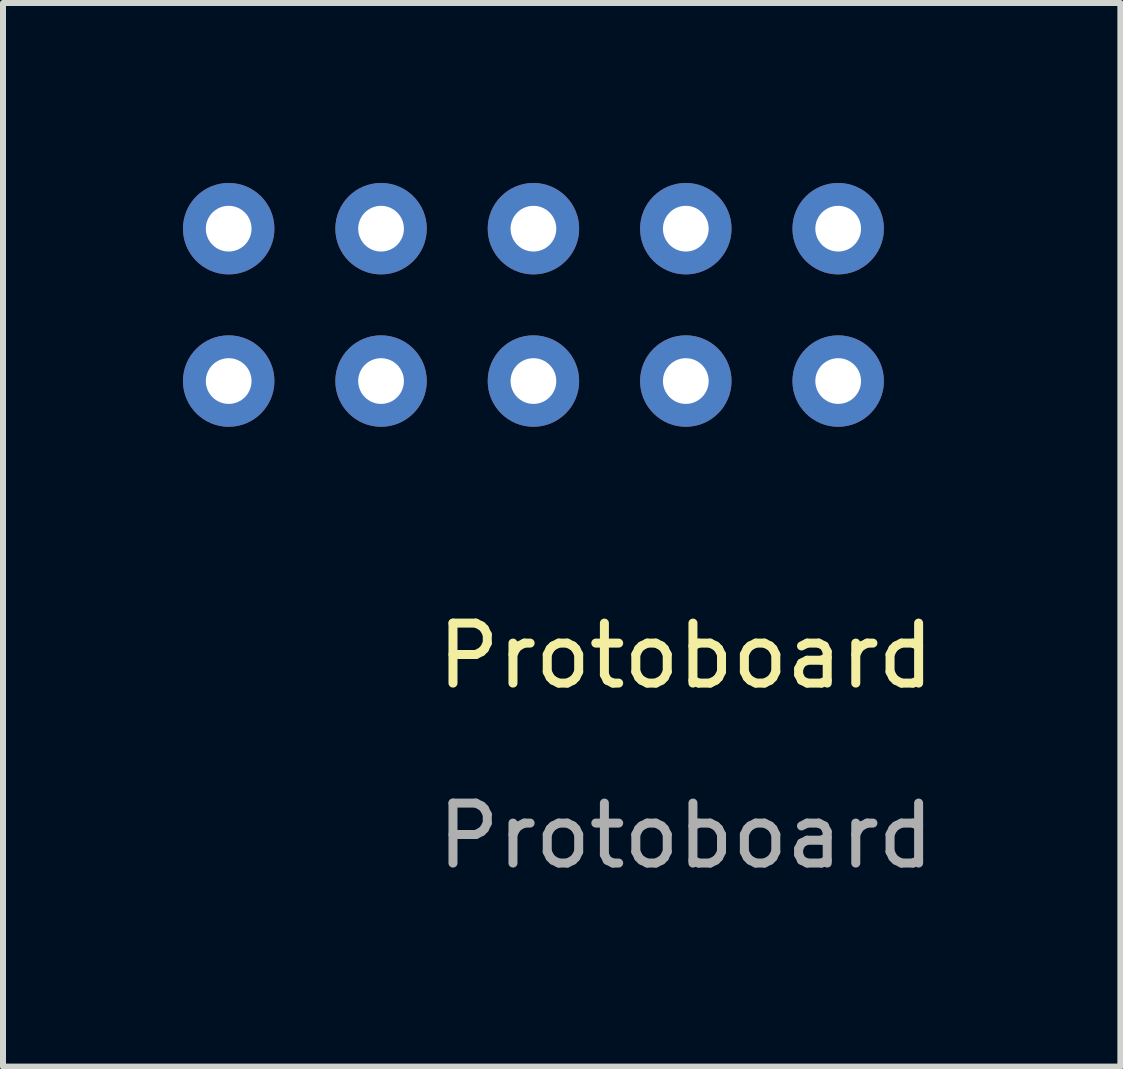
<source format=kicad_pcb>
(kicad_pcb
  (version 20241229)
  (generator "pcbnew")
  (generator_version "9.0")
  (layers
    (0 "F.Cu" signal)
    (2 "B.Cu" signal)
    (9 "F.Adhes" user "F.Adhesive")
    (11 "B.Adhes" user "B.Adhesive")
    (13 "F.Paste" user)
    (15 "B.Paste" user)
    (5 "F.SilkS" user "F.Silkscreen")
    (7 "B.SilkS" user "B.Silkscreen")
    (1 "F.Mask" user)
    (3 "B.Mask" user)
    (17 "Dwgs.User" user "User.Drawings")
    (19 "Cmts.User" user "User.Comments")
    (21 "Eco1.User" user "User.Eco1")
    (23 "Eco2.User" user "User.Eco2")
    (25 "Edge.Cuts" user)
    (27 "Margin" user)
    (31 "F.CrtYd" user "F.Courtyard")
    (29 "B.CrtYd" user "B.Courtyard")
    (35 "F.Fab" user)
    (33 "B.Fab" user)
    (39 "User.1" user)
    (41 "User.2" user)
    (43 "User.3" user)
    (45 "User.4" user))
  (footprint "Protoboard"
    (layer "F.Cu")
    (at 8.382 8.382)
    (property "Reference" "Protoboard" (at 0 -0.5 0) (unlocked yes) (layer "F.SilkS") (effects (font (size 1 1) (thickness 0.15))))
    (attr through_hole)
    (fp_text user "${REFERENCE}" (at 0 2.5 0) (unlocked yes) (layer "F.Fab") (effects (font (size 1 1) (thickness 0.15))))
    (pad "1" thru_hole circle (at -7.62 -7.62) (size 1.524 1.524) (drill 0.762) (layers "*.Cu" "*.Mask"))
    (pad "2" thru_hole circle (at -5.08 -7.62) (size 1.524 1.524) (drill 0.762) (layers "*.Cu" "*.Mask"))
    (pad "3" thru_hole circle (at -2.54 -7.62) (size 1.524 1.524) (drill 0.762) (layers "*.Cu" "*.Mask"))
    (pad "4" thru_hole circle (at 0 -7.62) (size 1.524 1.524) (drill 0.762) (layers "*.Cu" "*.Mask"))
    (pad "5" thru_hole circle (at 2.54 -7.62) (size 1.524 1.524) (drill 0.762) (layers "*.Cu" "*.Mask"))
    (pad "6" thru_hole circle (at -7.62 -5.08) (size 1.524 1.524) (drill 0.762) (layers "*.Cu" "*.Mask"))
    (pad "7" thru_hole circle (at -5.08 -5.08) (size 1.524 1.524) (drill 0.762) (layers "*.Cu" "*.Mask"))
    (pad "8" thru_hole circle (at -2.54 -5.08) (size 1.524 1.524) (drill 0.762) (layers "*.Cu" "*.Mask"))
    (pad "9" thru_hole circle (at 0 -5.08) (size 1.524 1.524) (drill 0.762) (layers "*.Cu" "*.Mask"))
    (pad "10" thru_hole circle (at 2.54 -5.08) (size 1.524 1.524) (drill 0.762) (layers "*.Cu" "*.Mask")))
  (gr_rect
    (start -3 -3)
    (end 15.626 14.73)
    (stroke (width 0.1) (type default))
    (fill no)
    (layer "Edge.Cuts")))
</source>
